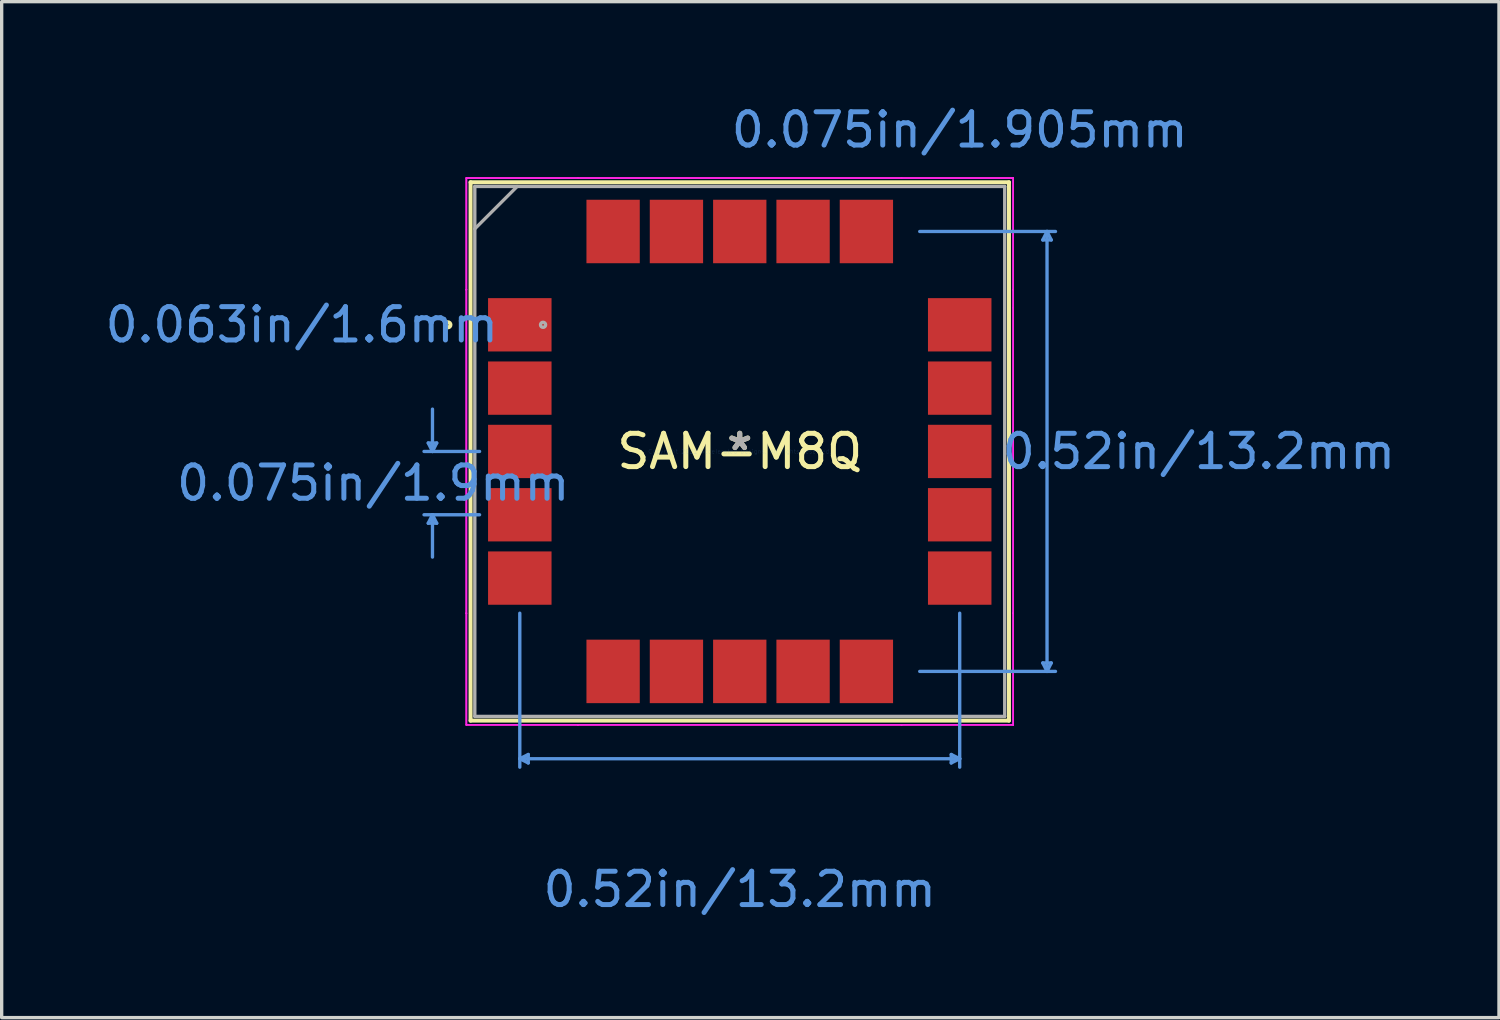
<source format=kicad_pcb>
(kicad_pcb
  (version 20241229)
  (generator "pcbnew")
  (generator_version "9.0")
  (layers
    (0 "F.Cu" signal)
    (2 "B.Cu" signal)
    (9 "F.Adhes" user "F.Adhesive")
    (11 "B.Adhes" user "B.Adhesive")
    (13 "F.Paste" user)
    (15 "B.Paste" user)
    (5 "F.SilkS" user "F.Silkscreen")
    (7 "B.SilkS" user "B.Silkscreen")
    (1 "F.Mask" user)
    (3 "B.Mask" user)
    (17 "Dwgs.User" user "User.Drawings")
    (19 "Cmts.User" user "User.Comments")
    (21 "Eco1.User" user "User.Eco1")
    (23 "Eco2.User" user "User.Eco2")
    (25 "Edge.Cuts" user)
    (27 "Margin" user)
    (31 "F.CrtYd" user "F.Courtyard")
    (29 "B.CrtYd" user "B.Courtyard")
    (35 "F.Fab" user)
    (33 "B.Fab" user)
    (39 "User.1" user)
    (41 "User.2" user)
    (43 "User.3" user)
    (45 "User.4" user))
  (footprint "SAM-M8Q"
    (layer "F.Cu")
    (at 19.147 10.496)
    (property "Reference" "SAM-M8Q" (at 0 0 0) (layer "F.SilkS") (effects (font (size 1 1) (thickness 0.15))))
    (attr through_hole)
    (fp_line (start -8.077 -8.077) (end -8.077 8.077) (stroke (width 0.12) (type solid)) (layer "F.SilkS"))
    (fp_line (start -8.077 8.077) (end 8.077 8.077) (stroke (width 0.12) (type solid)) (layer "F.SilkS"))
    (fp_line (start 8.077 -8.077) (end -8.077 -8.077) (stroke (width 0.12) (type solid)) (layer "F.SilkS"))
    (fp_line (start 8.077 8.077) (end 8.077 -8.077) (stroke (width 0.12) (type solid)) (layer "F.SilkS"))
    (fp_circle (center -8.757 -3.8) (end -8.68 -3.8) (stroke (width 0.12) (type solid)) (fill no) (layer "F.SilkS"))
    (fp_line (start -9.347 -0.254) (end -9.22 0) (stroke (width 0.1) (type solid)) (layer "Cmts.User"))
    (fp_line (start -9.347 2.154) (end -9.22 1.9) (stroke (width 0.1) (type solid)) (layer "Cmts.User"))
    (fp_line (start -9.22 0) (end -9.22 -1.27) (stroke (width 0.1) (type solid)) (layer "Cmts.User"))
    (fp_line (start -9.22 0) (end -9.093 -0.254) (stroke (width 0.1) (type solid)) (layer "Cmts.User"))
    (fp_line (start -9.22 1.9) (end -9.22 3.17) (stroke (width 0.1) (type solid)) (layer "Cmts.User"))
    (fp_line (start -9.22 1.9) (end -9.093 2.154) (stroke (width 0.1) (type solid)) (layer "Cmts.User"))
    (fp_line (start -9.093 -0.254) (end -9.347 -0.254) (stroke (width 0.1) (type solid)) (layer "Cmts.User"))
    (fp_line (start -9.093 2.154) (end -9.347 2.154) (stroke (width 0.1) (type solid)) (layer "Cmts.User"))
    (fp_line (start -7.807 0) (end -9.474 0) (stroke (width 0.1) (type solid)) (layer "Cmts.User"))
    (fp_line (start -7.807 1.9) (end -9.474 1.9) (stroke (width 0.1) (type solid)) (layer "Cmts.User"))
    (fp_line (start -6.6 4.854) (end -6.6 9.474) (stroke (width 0.1) (type solid)) (layer "Cmts.User"))
    (fp_line (start -6.6 9.22) (end -6.346 9.347) (stroke (width 0.1) (type solid)) (layer "Cmts.User"))
    (fp_line (start -6.6 9.22) (end 6.6 9.22) (stroke (width 0.1) (type solid)) (layer "Cmts.User"))
    (fp_line (start -6.346 9.093) (end -6.6 9.22) (stroke (width 0.1) (type solid)) (layer "Cmts.User"))
    (fp_line (start -6.346 9.347) (end -6.346 9.093) (stroke (width 0.1) (type solid)) (layer "Cmts.User"))
    (fp_line (start 5.4 -6.6) (end 9.474 -6.6) (stroke (width 0.1) (type solid)) (layer "Cmts.User"))
    (fp_line (start 5.4 6.6) (end 9.474 6.6) (stroke (width 0.1) (type solid)) (layer "Cmts.User"))
    (fp_line (start 6.346 9.093) (end 6.6 9.22) (stroke (width 0.1) (type solid)) (layer "Cmts.User"))
    (fp_line (start 6.346 9.347) (end 6.346 9.093) (stroke (width 0.1) (type solid)) (layer "Cmts.User"))
    (fp_line (start 6.6 4.854) (end 6.6 9.474) (stroke (width 0.1) (type solid)) (layer "Cmts.User"))
    (fp_line (start 6.6 9.22) (end 6.346 9.347) (stroke (width 0.1) (type solid)) (layer "Cmts.User"))
    (fp_line (start 9.093 -6.346) (end 9.347 -6.346) (stroke (width 0.1) (type solid)) (layer "Cmts.User"))
    (fp_line (start 9.093 6.346) (end 9.347 6.346) (stroke (width 0.1) (type solid)) (layer "Cmts.User"))
    (fp_line (start 9.22 -6.6) (end 9.093 -6.346) (stroke (width 0.1) (type solid)) (layer "Cmts.User"))
    (fp_line (start 9.22 6.6) (end 9.093 6.346) (stroke (width 0.1) (type solid)) (layer "Cmts.User"))
    (fp_line (start 9.22 6.6) (end 9.22 -6.6) (stroke (width 0.1) (type solid)) (layer "Cmts.User"))
    (fp_line (start 9.347 -6.346) (end 9.22 -6.6) (stroke (width 0.1) (type solid)) (layer "Cmts.User"))
    (fp_line (start 9.347 6.346) (end 9.22 6.6) (stroke (width 0.1) (type solid)) (layer "Cmts.User"))
    (fp_line (start -8.204 -8.204) (end -4.854 -8.204) (stroke (width 0.05) (type solid)) (layer "F.CrtYd"))
    (fp_line (start -8.204 -8.204) (end -4.854 -8.204) (stroke (width 0.05) (type solid)) (layer "F.CrtYd"))
    (fp_line (start -8.204 -4.854) (end -8.204 -8.204) (stroke (width 0.05) (type solid)) (layer "F.CrtYd"))
    (fp_line (start -8.204 -4.854) (end -8.204 -8.204) (stroke (width 0.05) (type solid)) (layer "F.CrtYd"))
    (fp_line (start -8.204 -4.854) (end -8.204 -4.854) (stroke (width 0.05) (type solid)) (layer "F.CrtYd"))
    (fp_line (start -8.204 -4.854) (end -8.204 -4.854) (stroke (width 0.05) (type solid)) (layer "F.CrtYd"))
    (fp_line (start -8.204 4.854) (end -8.204 -4.854) (stroke (width 0.05) (type solid)) (layer "F.CrtYd"))
    (fp_line (start -8.204 4.854) (end -8.204 -4.854) (stroke (width 0.05) (type solid)) (layer "F.CrtYd"))
    (fp_line (start -8.204 4.854) (end -8.204 4.854) (stroke (width 0.05) (type solid)) (layer "F.CrtYd"))
    (fp_line (start -8.204 4.854) (end -8.204 4.854) (stroke (width 0.05) (type solid)) (layer "F.CrtYd"))
    (fp_line (start -8.204 8.204) (end -8.204 4.854) (stroke (width 0.05) (type solid)) (layer "F.CrtYd"))
    (fp_line (start -8.204 8.204) (end -8.204 4.854) (stroke (width 0.05) (type solid)) (layer "F.CrtYd"))
    (fp_line (start -4.854 -8.204) (end -4.854 -8.204) (stroke (width 0.05) (type solid)) (layer "F.CrtYd"))
    (fp_line (start -4.854 -8.204) (end -4.854 -8.204) (stroke (width 0.05) (type solid)) (layer "F.CrtYd"))
    (fp_line (start -4.854 -8.204) (end 4.854 -8.204) (stroke (width 0.05) (type solid)) (layer "F.CrtYd"))
    (fp_line (start -4.854 -8.204) (end 4.854 -8.204) (stroke (width 0.05) (type solid)) (layer "F.CrtYd"))
    (fp_line (start -4.854 8.204) (end -8.204 8.204) (stroke (width 0.05) (type solid)) (layer "F.CrtYd"))
    (fp_line (start -4.854 8.204) (end -8.204 8.204) (stroke (width 0.05) (type solid)) (layer "F.CrtYd"))
    (fp_line (start -4.854 8.204) (end -4.854 8.204) (stroke (width 0.05) (type solid)) (layer "F.CrtYd"))
    (fp_line (start -4.854 8.204) (end -4.854 8.204) (stroke (width 0.05) (type solid)) (layer "F.CrtYd"))
    (fp_line (start 4.854 -8.204) (end 4.854 -8.204) (stroke (width 0.05) (type solid)) (layer "F.CrtYd"))
    (fp_line (start 4.854 -8.204) (end 4.854 -8.204) (stroke (width 0.05) (type solid)) (layer "F.CrtYd"))
    (fp_line (start 4.854 -8.204) (end 8.204 -8.204) (stroke (width 0.05) (type solid)) (layer "F.CrtYd"))
    (fp_line (start 4.854 -8.204) (end 8.204 -8.204) (stroke (width 0.05) (type solid)) (layer "F.CrtYd"))
    (fp_line (start 4.854 8.204) (end -4.854 8.204) (stroke (width 0.05) (type solid)) (layer "F.CrtYd"))
    (fp_line (start 4.854 8.204) (end -4.854 8.204) (stroke (width 0.05) (type solid)) (layer "F.CrtYd"))
    (fp_line (start 4.854 8.204) (end 4.854 8.204) (stroke (width 0.05) (type solid)) (layer "F.CrtYd"))
    (fp_line (start 4.854 8.204) (end 4.854 8.204) (stroke (width 0.05) (type solid)) (layer "F.CrtYd"))
    (fp_line (start 8.204 -8.204) (end 8.204 -4.854) (stroke (width 0.05) (type solid)) (layer "F.CrtYd"))
    (fp_line (start 8.204 -8.204) (end 8.204 -4.854) (stroke (width 0.05) (type solid)) (layer "F.CrtYd"))
    (fp_line (start 8.204 -4.854) (end 8.204 -4.854) (stroke (width 0.05) (type solid)) (layer "F.CrtYd"))
    (fp_line (start 8.204 -4.854) (end 8.204 -4.308) (stroke (width 0.05) (type solid)) (layer "F.CrtYd"))
    (fp_line (start 8.204 -4.854) (end 8.204 4.854) (stroke (width 0.05) (type solid)) (layer "F.CrtYd"))
    (fp_line (start 8.204 -4.308) (end 8.204 4.854) (stroke (width 0.05) (type solid)) (layer "F.CrtYd"))
    (fp_line (start 8.204 4.854) (end 8.204 4.854) (stroke (width 0.05) (type solid)) (layer "F.CrtYd"))
    (fp_line (start 8.204 4.854) (end 8.204 4.854) (stroke (width 0.05) (type solid)) (layer "F.CrtYd"))
    (fp_line (start 8.204 4.854) (end 8.204 8.204) (stroke (width 0.05) (type solid)) (layer "F.CrtYd"))
    (fp_line (start 8.204 4.854) (end 8.204 8.204) (stroke (width 0.05) (type solid)) (layer "F.CrtYd"))
    (fp_line (start 8.204 8.204) (end 4.854 8.204) (stroke (width 0.05) (type solid)) (layer "F.CrtYd"))
    (fp_line (start 8.204 8.204) (end 4.854 8.204) (stroke (width 0.05) (type solid)) (layer "F.CrtYd"))
    (fp_line (start -7.95 -7.95) (end -7.95 7.95) (stroke (width 0.1) (type solid)) (layer "F.Fab"))
    (fp_line (start -7.95 -6.68) (end -6.68 -7.95) (stroke (width 0.1) (type solid)) (layer "F.Fab"))
    (fp_line (start -7.95 7.95) (end 7.95 7.95) (stroke (width 0.1) (type solid)) (layer "F.Fab"))
    (fp_line (start 7.95 -7.95) (end -7.95 -7.95) (stroke (width 0.1) (type solid)) (layer "F.Fab"))
    (fp_line (start 7.95 7.95) (end 7.95 -7.95) (stroke (width 0.1) (type solid)) (layer "F.Fab"))
    (fp_circle (center -5.902 -3.8) (end -5.825 -3.8) (stroke (width 0.1) (type solid)) (fill no) (layer "F.Fab"))
    (fp_text user "*" (at 0 0 0) (layer "F.SilkS") (effects (font (size 1 1) (thickness 0.15))))
    (fp_text user "0.075in/1.9mm" (at -10.998 0.95 0) (layer "Cmts.User") (effects (font (size 1 1) (thickness 0.15))))
    (fp_text user "0.52in/13.2mm" (at 0 13.141 0) (layer "Cmts.User") (effects (font (size 1 1) (thickness 0.15))))
    (fp_text user "Copyright 2021 Accelerated Designs. All rights reserved." (at 0 0 0) (layer "Cmts.User") (effects (font (size 0.127 0.127) (thickness 0.002))))
    (fp_text user "0.52in/13.2mm" (at 13.776 0 0) (layer "Cmts.User") (effects (font (size 1 1) (thickness 0.15))))
    (fp_text user "0.063in/1.6mm" (at -13.141 -3.8 0) (layer "Cmts.User") (effects (font (size 1 1) (thickness 0.15))))
    (fp_text user "0.075in/1.905mm" (at 6.6 -9.648 0) (layer "Cmts.User") (effects (font (size 1 1) (thickness 0.15))))
    (fp_text user "*" (at 0 0 0) (layer "F.Fab") (effects (font (size 1 1) (thickness 0.15))))
    (pad "1" smd rect (at -6.6 -3.8) (size 1.905 1.6) (layers "F.Cu" "F.Mask" "F.Paste"))
    (pad "2" smd rect (at -6.6 -1.9) (size 1.905 1.6) (layers "F.Cu" "F.Mask" "F.Paste"))
    (pad "3" smd rect (at -6.6 0) (size 1.905 1.6) (layers "F.Cu" "F.Mask" "F.Paste"))
    (pad "4" smd rect (at -6.6 1.9) (size 1.905 1.6) (layers "F.Cu" "F.Mask" "F.Paste"))
    (pad "5" smd rect (at -6.6 3.8) (size 1.905 1.6) (layers "F.Cu" "F.Mask" "F.Paste"))
    (pad "6" smd rect (at -3.8 6.6 90) (size 1.905 1.6) (layers "F.Cu" "F.Mask" "F.Paste"))
    (pad "7" smd rect (at -1.9 6.6 90) (size 1.905 1.6) (layers "F.Cu" "F.Mask" "F.Paste"))
    (pad "8" smd rect (at 0 6.6 90) (size 1.905 1.6) (layers "F.Cu" "F.Mask" "F.Paste"))
    (pad "9" smd rect (at 1.9 6.6 90) (size 1.905 1.6) (layers "F.Cu" "F.Mask" "F.Paste"))
    (pad "10" smd rect (at 3.8 6.6 90) (size 1.905 1.6) (layers "F.Cu" "F.Mask" "F.Paste"))
    (pad "11" smd rect (at 6.6 3.8) (size 1.905 1.6) (layers "F.Cu" "F.Mask" "F.Paste"))
    (pad "12" smd rect (at 6.6 1.9) (size 1.905 1.6) (layers "F.Cu" "F.Mask" "F.Paste"))
    (pad "13" smd rect (at 6.6 0) (size 1.905 1.6) (layers "F.Cu" "F.Mask" "F.Paste"))
    (pad "14" smd rect (at 6.6 -1.9) (size 1.905 1.6) (layers "F.Cu" "F.Mask" "F.Paste"))
    (pad "15" smd rect (at 6.6 -3.8) (size 1.905 1.6) (layers "F.Cu" "F.Mask" "F.Paste"))
    (pad "16" smd rect (at 3.8 -6.6 90) (size 1.905 1.6) (layers "F.Cu" "F.Mask" "F.Paste"))
    (pad "17" smd rect (at 1.9 -6.6 90) (size 1.905 1.6) (layers "F.Cu" "F.Mask" "F.Paste"))
    (pad "18" smd rect (at 0 -6.6 90) (size 1.905 1.6) (layers "F.Cu" "F.Mask" "F.Paste"))
    (pad "19" smd rect (at -1.9 -6.6 90) (size 1.905 1.6) (layers "F.Cu" "F.Mask" "F.Paste"))
    (pad "20" smd rect (at -3.8 -6.6 90) (size 1.905 1.6) (layers "F.Cu" "F.Mask" "F.Paste")))
  (gr_rect
    (start -3 -3)
    (end 41.928 27.485)
    (stroke (width 0.1) (type default))
    (fill no)
    (layer "Edge.Cuts")))
</source>
